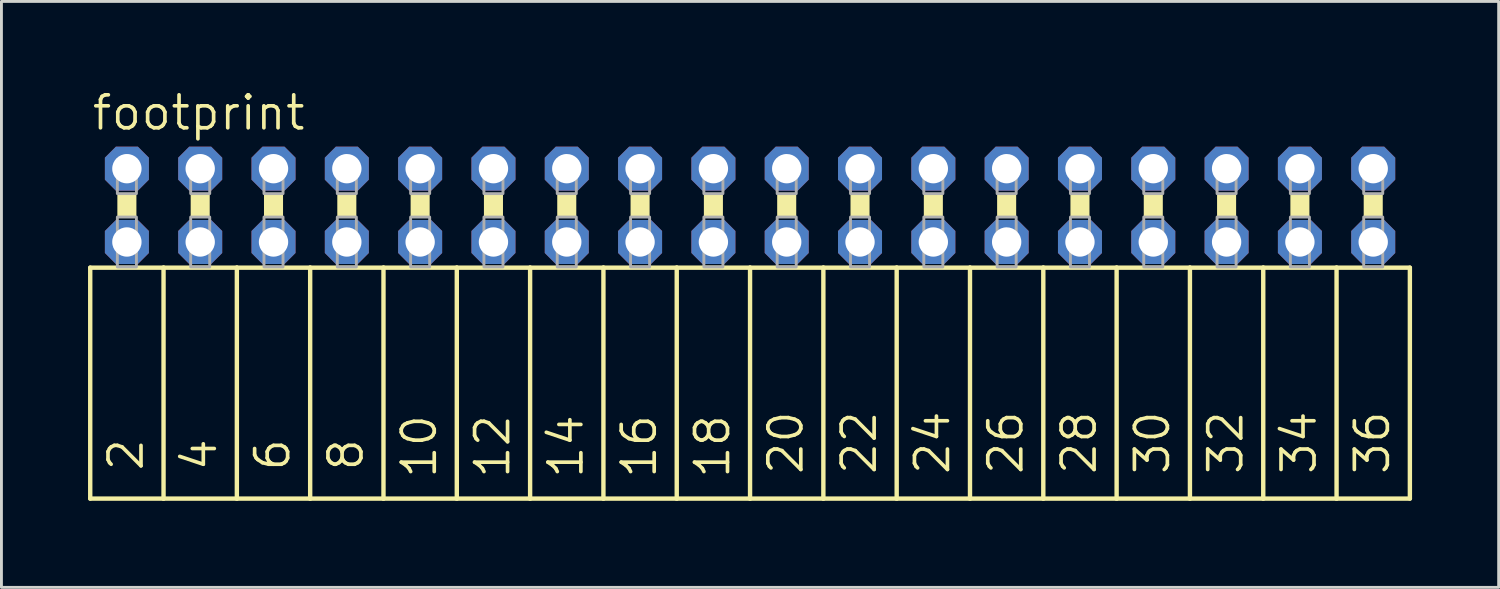
<source format=kicad_pcb>
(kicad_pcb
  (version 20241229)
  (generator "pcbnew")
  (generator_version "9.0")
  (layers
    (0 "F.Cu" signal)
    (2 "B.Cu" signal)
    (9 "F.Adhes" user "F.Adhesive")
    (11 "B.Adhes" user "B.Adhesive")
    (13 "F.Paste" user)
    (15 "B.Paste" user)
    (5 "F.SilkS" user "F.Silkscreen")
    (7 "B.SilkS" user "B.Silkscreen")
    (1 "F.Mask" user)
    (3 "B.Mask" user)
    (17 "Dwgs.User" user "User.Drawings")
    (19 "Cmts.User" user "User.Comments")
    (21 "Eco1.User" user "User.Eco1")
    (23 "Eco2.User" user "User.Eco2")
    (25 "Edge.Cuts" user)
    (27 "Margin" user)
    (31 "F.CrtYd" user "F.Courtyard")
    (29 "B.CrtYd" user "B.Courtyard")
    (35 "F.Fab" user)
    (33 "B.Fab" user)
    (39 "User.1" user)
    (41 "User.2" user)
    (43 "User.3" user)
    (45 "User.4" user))
  (footprint "footprint"
    (layer "F.Cu")
    (at 22.936 4.064)
    (property "Reference" "footprint" (at -22.86 -2.54 0) (layer "F.SilkS") (effects (font (size 1.143 1.143) (thickness 0.127)) (justify left bottom)))
    (fp_line (start -22.86 2.159) (end -22.86 10.16) (stroke (width 0.152) (type solid)) (layer "F.SilkS"))
    (fp_line (start -22.86 2.159) (end -20.32 2.159) (stroke (width 0.152) (type solid)) (layer "F.SilkS"))
    (fp_line (start -20.32 2.159) (end -20.32 10.16) (stroke (width 0.152) (type solid)) (layer "F.SilkS"))
    (fp_line (start -20.32 2.159) (end -17.78 2.159) (stroke (width 0.152) (type solid)) (layer "F.SilkS"))
    (fp_line (start -20.32 10.16) (end -22.86 10.16) (stroke (width 0.152) (type solid)) (layer "F.SilkS"))
    (fp_line (start -17.78 2.159) (end -17.78 10.16) (stroke (width 0.152) (type solid)) (layer "F.SilkS"))
    (fp_line (start -17.78 2.159) (end -15.24 2.159) (stroke (width 0.152) (type solid)) (layer "F.SilkS"))
    (fp_line (start -17.78 10.16) (end -20.32 10.16) (stroke (width 0.152) (type solid)) (layer "F.SilkS"))
    (fp_line (start -15.24 2.159) (end -15.24 10.16) (stroke (width 0.152) (type solid)) (layer "F.SilkS"))
    (fp_line (start -15.24 10.16) (end -17.78 10.16) (stroke (width 0.152) (type solid)) (layer "F.SilkS"))
    (fp_line (start -12.7 2.159) (end -15.24 2.159) (stroke (width 0.152) (type solid)) (layer "F.SilkS"))
    (fp_line (start -12.7 2.159) (end -12.7 10.16) (stroke (width 0.152) (type solid)) (layer "F.SilkS"))
    (fp_line (start -12.7 2.159) (end -10.16 2.159) (stroke (width 0.152) (type solid)) (layer "F.SilkS"))
    (fp_line (start -12.7 10.16) (end -15.24 10.16) (stroke (width 0.152) (type solid)) (layer "F.SilkS"))
    (fp_line (start -10.16 2.159) (end -10.16 10.16) (stroke (width 0.152) (type solid)) (layer "F.SilkS"))
    (fp_line (start -10.16 2.159) (end -7.62 2.159) (stroke (width 0.152) (type solid)) (layer "F.SilkS"))
    (fp_line (start -10.16 10.16) (end -12.7 10.16) (stroke (width 0.152) (type solid)) (layer "F.SilkS"))
    (fp_line (start -7.62 2.159) (end -7.62 10.16) (stroke (width 0.152) (type solid)) (layer "F.SilkS"))
    (fp_line (start -7.62 2.159) (end -5.08 2.159) (stroke (width 0.152) (type solid)) (layer "F.SilkS"))
    (fp_line (start -7.62 10.16) (end -10.16 10.16) (stroke (width 0.152) (type solid)) (layer "F.SilkS"))
    (fp_line (start -5.08 2.159) (end -5.08 10.16) (stroke (width 0.152) (type solid)) (layer "F.SilkS"))
    (fp_line (start -5.08 2.159) (end -2.54 2.159) (stroke (width 0.152) (type solid)) (layer "F.SilkS"))
    (fp_line (start -5.08 10.16) (end -7.62 10.16) (stroke (width 0.152) (type solid)) (layer "F.SilkS"))
    (fp_line (start -2.54 2.159) (end -2.54 10.16) (stroke (width 0.152) (type solid)) (layer "F.SilkS"))
    (fp_line (start -2.54 10.16) (end -5.08 10.16) (stroke (width 0.152) (type solid)) (layer "F.SilkS"))
    (fp_line (start 0 2.159) (end -2.54 2.159) (stroke (width 0.152) (type solid)) (layer "F.SilkS"))
    (fp_line (start 0 2.159) (end 0 10.16) (stroke (width 0.152) (type solid)) (layer "F.SilkS"))
    (fp_line (start 0 2.159) (end 2.54 2.159) (stroke (width 0.152) (type solid)) (layer "F.SilkS"))
    (fp_line (start 0 10.16) (end -2.54 10.16) (stroke (width 0.152) (type solid)) (layer "F.SilkS"))
    (fp_line (start 2.54 2.159) (end 2.54 10.16) (stroke (width 0.152) (type solid)) (layer "F.SilkS"))
    (fp_line (start 2.54 2.159) (end 5.08 2.159) (stroke (width 0.152) (type solid)) (layer "F.SilkS"))
    (fp_line (start 2.54 10.16) (end 0 10.16) (stroke (width 0.152) (type solid)) (layer "F.SilkS"))
    (fp_line (start 5.08 2.159) (end 5.08 10.16) (stroke (width 0.152) (type solid)) (layer "F.SilkS"))
    (fp_line (start 5.08 2.159) (end 7.62 2.159) (stroke (width 0.152) (type solid)) (layer "F.SilkS"))
    (fp_line (start 5.08 10.16) (end 2.54 10.16) (stroke (width 0.152) (type solid)) (layer "F.SilkS"))
    (fp_line (start 7.62 2.159) (end 7.62 10.16) (stroke (width 0.152) (type solid)) (layer "F.SilkS"))
    (fp_line (start 7.62 2.159) (end 10.16 2.159) (stroke (width 0.152) (type solid)) (layer "F.SilkS"))
    (fp_line (start 7.62 10.16) (end 5.08 10.16) (stroke (width 0.152) (type solid)) (layer "F.SilkS"))
    (fp_line (start 10.16 2.159) (end 10.16 10.16) (stroke (width 0.152) (type solid)) (layer "F.SilkS"))
    (fp_line (start 10.16 10.16) (end 7.62 10.16) (stroke (width 0.152) (type solid)) (layer "F.SilkS"))
    (fp_line (start 12.7 2.159) (end 10.16 2.159) (stroke (width 0.152) (type solid)) (layer "F.SilkS"))
    (fp_line (start 12.7 2.159) (end 12.7 10.16) (stroke (width 0.152) (type solid)) (layer "F.SilkS"))
    (fp_line (start 12.7 2.159) (end 15.24 2.159) (stroke (width 0.152) (type solid)) (layer "F.SilkS"))
    (fp_line (start 12.7 10.16) (end 10.16 10.16) (stroke (width 0.152) (type solid)) (layer "F.SilkS"))
    (fp_line (start 15.24 2.159) (end 15.24 10.16) (stroke (width 0.152) (type solid)) (layer "F.SilkS"))
    (fp_line (start 15.24 2.159) (end 17.78 2.159) (stroke (width 0.152) (type solid)) (layer "F.SilkS"))
    (fp_line (start 15.24 10.16) (end 12.7 10.16) (stroke (width 0.152) (type solid)) (layer "F.SilkS"))
    (fp_line (start 17.78 2.159) (end 17.78 10.16) (stroke (width 0.152) (type solid)) (layer "F.SilkS"))
    (fp_line (start 17.78 2.159) (end 20.32 2.159) (stroke (width 0.152) (type solid)) (layer "F.SilkS"))
    (fp_line (start 17.78 10.16) (end 15.24 10.16) (stroke (width 0.152) (type solid)) (layer "F.SilkS"))
    (fp_line (start 20.32 2.159) (end 20.32 10.16) (stroke (width 0.152) (type solid)) (layer "F.SilkS"))
    (fp_line (start 20.32 2.159) (end 22.86 2.159) (stroke (width 0.152) (type solid)) (layer "F.SilkS"))
    (fp_line (start 20.32 10.16) (end 17.78 10.16) (stroke (width 0.152) (type solid)) (layer "F.SilkS"))
    (fp_line (start 22.86 2.159) (end 22.86 10.16) (stroke (width 0.152) (type solid)) (layer "F.SilkS"))
    (fp_line (start 22.86 10.16) (end 20.32 10.16) (stroke (width 0.152) (type solid)) (layer "F.SilkS"))
    (fp_poly (pts (xy -21.92 0.406) (xy -21.26 0.406) (xy -21.26 -0.406) (xy -21.92 -0.406)) (stroke (width 0) (type solid)) (fill yes) (layer "F.SilkS"))
    (fp_poly (pts (xy -19.38 0.406) (xy -18.72 0.406) (xy -18.72 -0.406) (xy -19.38 -0.406)) (stroke (width 0) (type solid)) (fill yes) (layer "F.SilkS"))
    (fp_poly (pts (xy -16.84 0.406) (xy -16.18 0.406) (xy -16.18 -0.406) (xy -16.84 -0.406)) (stroke (width 0) (type solid)) (fill yes) (layer "F.SilkS"))
    (fp_poly (pts (xy -14.3 0.406) (xy -13.64 0.406) (xy -13.64 -0.406) (xy -14.3 -0.406)) (stroke (width 0) (type solid)) (fill yes) (layer "F.SilkS"))
    (fp_poly (pts (xy -11.76 0.406) (xy -11.1 0.406) (xy -11.1 -0.406) (xy -11.76 -0.406)) (stroke (width 0) (type solid)) (fill yes) (layer "F.SilkS"))
    (fp_poly (pts (xy -9.22 0.406) (xy -8.56 0.406) (xy -8.56 -0.406) (xy -9.22 -0.406)) (stroke (width 0) (type solid)) (fill yes) (layer "F.SilkS"))
    (fp_poly (pts (xy -6.68 0.406) (xy -6.02 0.406) (xy -6.02 -0.406) (xy -6.68 -0.406)) (stroke (width 0) (type solid)) (fill yes) (layer "F.SilkS"))
    (fp_poly (pts (xy -4.14 0.406) (xy -3.48 0.406) (xy -3.48 -0.406) (xy -4.14 -0.406)) (stroke (width 0) (type solid)) (fill yes) (layer "F.SilkS"))
    (fp_poly (pts (xy -1.6 0.406) (xy -0.94 0.406) (xy -0.94 -0.406) (xy -1.6 -0.406)) (stroke (width 0) (type solid)) (fill yes) (layer "F.SilkS"))
    (fp_poly (pts (xy 0.94 0.406) (xy 1.6 0.406) (xy 1.6 -0.406) (xy 0.94 -0.406)) (stroke (width 0) (type solid)) (fill yes) (layer "F.SilkS"))
    (fp_poly (pts (xy 3.48 0.406) (xy 4.14 0.406) (xy 4.14 -0.406) (xy 3.48 -0.406)) (stroke (width 0) (type solid)) (fill yes) (layer "F.SilkS"))
    (fp_poly (pts (xy 6.02 0.406) (xy 6.68 0.406) (xy 6.68 -0.406) (xy 6.02 -0.406)) (stroke (width 0) (type solid)) (fill yes) (layer "F.SilkS"))
    (fp_poly (pts (xy 8.56 0.406) (xy 9.22 0.406) (xy 9.22 -0.406) (xy 8.56 -0.406)) (stroke (width 0) (type solid)) (fill yes) (layer "F.SilkS"))
    (fp_poly (pts (xy 11.1 0.406) (xy 11.76 0.406) (xy 11.76 -0.406) (xy 11.1 -0.406)) (stroke (width 0) (type solid)) (fill yes) (layer "F.SilkS"))
    (fp_poly (pts (xy 13.64 0.406) (xy 14.3 0.406) (xy 14.3 -0.406) (xy 13.64 -0.406)) (stroke (width 0) (type solid)) (fill yes) (layer "F.SilkS"))
    (fp_poly (pts (xy 16.18 0.406) (xy 16.84 0.406) (xy 16.84 -0.406) (xy 16.18 -0.406)) (stroke (width 0) (type solid)) (fill yes) (layer "F.SilkS"))
    (fp_poly (pts (xy 18.72 0.406) (xy 19.38 0.406) (xy 19.38 -0.406) (xy 18.72 -0.406)) (stroke (width 0) (type solid)) (fill yes) (layer "F.SilkS"))
    (fp_poly (pts (xy 21.26 0.406) (xy 21.92 0.406) (xy 21.92 -0.406) (xy 21.26 -0.406)) (stroke (width 0) (type solid)) (fill yes) (layer "F.SilkS"))
    (fp_poly (pts (xy -21.92 -0.406) (xy -21.26 -0.406) (xy -21.26 -1.575) (xy -21.92 -1.575)) (stroke (width 0.1) (type solid)) (fill no) (layer "F.Fab"))
    (fp_poly (pts (xy -21.92 2.134) (xy -21.26 2.134) (xy -21.26 0.406) (xy -21.92 0.406)) (stroke (width 0.1) (type solid)) (fill no) (layer "F.Fab"))
    (fp_poly (pts (xy -19.38 -0.406) (xy -18.72 -0.406) (xy -18.72 -1.575) (xy -19.38 -1.575)) (stroke (width 0.1) (type solid)) (fill no) (layer "F.Fab"))
    (fp_poly (pts (xy -19.38 2.134) (xy -18.72 2.134) (xy -18.72 0.406) (xy -19.38 0.406)) (stroke (width 0.1) (type solid)) (fill no) (layer "F.Fab"))
    (fp_poly (pts (xy -16.84 -0.406) (xy -16.18 -0.406) (xy -16.18 -1.575) (xy -16.84 -1.575)) (stroke (width 0.1) (type solid)) (fill no) (layer "F.Fab"))
    (fp_poly (pts (xy -16.84 2.134) (xy -16.18 2.134) (xy -16.18 0.406) (xy -16.84 0.406)) (stroke (width 0.1) (type solid)) (fill no) (layer "F.Fab"))
    (fp_poly (pts (xy -14.3 -0.406) (xy -13.64 -0.406) (xy -13.64 -1.575) (xy -14.3 -1.575)) (stroke (width 0.1) (type solid)) (fill no) (layer "F.Fab"))
    (fp_poly (pts (xy -14.3 2.134) (xy -13.64 2.134) (xy -13.64 0.406) (xy -14.3 0.406)) (stroke (width 0.1) (type solid)) (fill no) (layer "F.Fab"))
    (fp_poly (pts (xy -11.76 -0.406) (xy -11.1 -0.406) (xy -11.1 -1.575) (xy -11.76 -1.575)) (stroke (width 0.1) (type solid)) (fill no) (layer "F.Fab"))
    (fp_poly (pts (xy -11.76 2.134) (xy -11.1 2.134) (xy -11.1 0.406) (xy -11.76 0.406)) (stroke (width 0.1) (type solid)) (fill no) (layer "F.Fab"))
    (fp_poly (pts (xy -9.22 -0.406) (xy -8.56 -0.406) (xy -8.56 -1.575) (xy -9.22 -1.575)) (stroke (width 0.1) (type solid)) (fill no) (layer "F.Fab"))
    (fp_poly (pts (xy -9.22 2.134) (xy -8.56 2.134) (xy -8.56 0.406) (xy -9.22 0.406)) (stroke (width 0.1) (type solid)) (fill no) (layer "F.Fab"))
    (fp_poly (pts (xy -6.68 -0.406) (xy -6.02 -0.406) (xy -6.02 -1.575) (xy -6.68 -1.575)) (stroke (width 0.1) (type solid)) (fill no) (layer "F.Fab"))
    (fp_poly (pts (xy -6.68 2.134) (xy -6.02 2.134) (xy -6.02 0.406) (xy -6.68 0.406)) (stroke (width 0.1) (type solid)) (fill no) (layer "F.Fab"))
    (fp_poly (pts (xy -4.14 -0.406) (xy -3.48 -0.406) (xy -3.48 -1.575) (xy -4.14 -1.575)) (stroke (width 0.1) (type solid)) (fill no) (layer "F.Fab"))
    (fp_poly (pts (xy -4.14 2.134) (xy -3.48 2.134) (xy -3.48 0.406) (xy -4.14 0.406)) (stroke (width 0.1) (type solid)) (fill no) (layer "F.Fab"))
    (fp_poly (pts (xy -1.6 -0.406) (xy -0.94 -0.406) (xy -0.94 -1.575) (xy -1.6 -1.575)) (stroke (width 0.1) (type solid)) (fill no) (layer "F.Fab"))
    (fp_poly (pts (xy -1.6 2.134) (xy -0.94 2.134) (xy -0.94 0.406) (xy -1.6 0.406)) (stroke (width 0.1) (type solid)) (fill no) (layer "F.Fab"))
    (fp_poly (pts (xy 0.94 -0.406) (xy 1.6 -0.406) (xy 1.6 -1.575) (xy 0.94 -1.575)) (stroke (width 0.1) (type solid)) (fill no) (layer "F.Fab"))
    (fp_poly (pts (xy 0.94 2.134) (xy 1.6 2.134) (xy 1.6 0.406) (xy 0.94 0.406)) (stroke (width 0.1) (type solid)) (fill no) (layer "F.Fab"))
    (fp_poly (pts (xy 3.48 -0.406) (xy 4.14 -0.406) (xy 4.14 -1.575) (xy 3.48 -1.575)) (stroke (width 0.1) (type solid)) (fill no) (layer "F.Fab"))
    (fp_poly (pts (xy 3.48 2.134) (xy 4.14 2.134) (xy 4.14 0.406) (xy 3.48 0.406)) (stroke (width 0.1) (type solid)) (fill no) (layer "F.Fab"))
    (fp_poly (pts (xy 6.02 -0.406) (xy 6.68 -0.406) (xy 6.68 -1.575) (xy 6.02 -1.575)) (stroke (width 0.1) (type solid)) (fill no) (layer "F.Fab"))
    (fp_poly (pts (xy 6.02 2.134) (xy 6.68 2.134) (xy 6.68 0.406) (xy 6.02 0.406)) (stroke (width 0.1) (type solid)) (fill no) (layer "F.Fab"))
    (fp_poly (pts (xy 8.56 -0.406) (xy 9.22 -0.406) (xy 9.22 -1.575) (xy 8.56 -1.575)) (stroke (width 0.1) (type solid)) (fill no) (layer "F.Fab"))
    (fp_poly (pts (xy 8.56 2.134) (xy 9.22 2.134) (xy 9.22 0.406) (xy 8.56 0.406)) (stroke (width 0.1) (type solid)) (fill no) (layer "F.Fab"))
    (fp_poly (pts (xy 11.1 -0.406) (xy 11.76 -0.406) (xy 11.76 -1.575) (xy 11.1 -1.575)) (stroke (width 0.1) (type solid)) (fill no) (layer "F.Fab"))
    (fp_poly (pts (xy 11.1 2.134) (xy 11.76 2.134) (xy 11.76 0.406) (xy 11.1 0.406)) (stroke (width 0.1) (type solid)) (fill no) (layer "F.Fab"))
    (fp_poly (pts (xy 13.64 -0.406) (xy 14.3 -0.406) (xy 14.3 -1.575) (xy 13.64 -1.575)) (stroke (width 0.1) (type solid)) (fill no) (layer "F.Fab"))
    (fp_poly (pts (xy 13.64 2.134) (xy 14.3 2.134) (xy 14.3 0.406) (xy 13.64 0.406)) (stroke (width 0.1) (type solid)) (fill no) (layer "F.Fab"))
    (fp_poly (pts (xy 16.18 -0.406) (xy 16.84 -0.406) (xy 16.84 -1.575) (xy 16.18 -1.575)) (stroke (width 0.1) (type solid)) (fill no) (layer "F.Fab"))
    (fp_poly (pts (xy 16.18 2.134) (xy 16.84 2.134) (xy 16.84 0.406) (xy 16.18 0.406)) (stroke (width 0.1) (type solid)) (fill no) (layer "F.Fab"))
    (fp_poly (pts (xy 18.72 -0.406) (xy 19.38 -0.406) (xy 19.38 -1.575) (xy 18.72 -1.575)) (stroke (width 0.1) (type solid)) (fill no) (layer "F.Fab"))
    (fp_poly (pts (xy 18.72 2.134) (xy 19.38 2.134) (xy 19.38 0.406) (xy 18.72 0.406)) (stroke (width 0.1) (type solid)) (fill no) (layer "F.Fab"))
    (fp_poly (pts (xy 21.26 -0.406) (xy 21.92 -0.406) (xy 21.92 -1.575) (xy 21.26 -1.575)) (stroke (width 0.1) (type solid)) (fill no) (layer "F.Fab"))
    (fp_poly (pts (xy 21.26 2.134) (xy 21.92 2.134) (xy 21.92 0.406) (xy 21.26 0.406)) (stroke (width 0.1) (type solid)) (fill no) (layer "F.Fab"))
    (fp_text user "32" (at 17.145 9.398 90) (layer "F.SilkS") (effects (font (size 1.143 1.143) (thickness 0.127)) (justify left bottom)))
    (fp_text user "22" (at 4.445 9.398 90) (layer "F.SilkS") (effects (font (size 1.143 1.143) (thickness 0.127)) (justify left bottom)))
    (fp_text user "4" (at -18.415 9.271 90) (layer "F.SilkS") (effects (font (size 1.143 1.143) (thickness 0.127)) (justify left bottom)))
    (fp_text user "28" (at 12.065 9.398 90) (layer "F.SilkS") (effects (font (size 1.143 1.143) (thickness 0.127)) (justify left bottom)))
    (fp_text user "12" (at -8.255 9.525 90) (layer "F.SilkS") (effects (font (size 1.143 1.143) (thickness 0.127)) (justify left bottom)))
    (fp_text user "20" (at 1.905 9.398 90) (layer "F.SilkS") (effects (font (size 1.143 1.143) (thickness 0.127)) (justify left bottom)))
    (fp_text user "24" (at 6.985 9.398 90) (layer "F.SilkS") (effects (font (size 1.143 1.143) (thickness 0.127)) (justify left bottom)))
    (fp_text user "18" (at -0.635 9.525 90) (layer "F.SilkS") (effects (font (size 1.143 1.143) (thickness 0.127)) (justify left bottom)))
    (fp_text user "14" (at -5.715 9.525 90) (layer "F.SilkS") (effects (font (size 1.143 1.143) (thickness 0.127)) (justify left bottom)))
    (fp_text user "6" (at -15.875 9.271 90) (layer "F.SilkS") (effects (font (size 1.143 1.143) (thickness 0.127)) (justify left bottom)))
    (fp_text user "16" (at -3.175 9.525 90) (layer "F.SilkS") (effects (font (size 1.143 1.143) (thickness 0.127)) (justify left bottom)))
    (fp_text user "30" (at 14.605 9.398 90) (layer "F.SilkS") (effects (font (size 1.143 1.143) (thickness 0.127)) (justify left bottom)))
    (fp_text user "8" (at -13.335 9.271 90) (layer "F.SilkS") (effects (font (size 1.143 1.143) (thickness 0.127)) (justify left bottom)))
    (fp_text user "26" (at 9.525 9.398 90) (layer "F.SilkS") (effects (font (size 1.143 1.143) (thickness 0.127)) (justify left bottom)))
    (fp_text user "36" (at 22.225 9.398 90) (layer "F.SilkS") (effects (font (size 1.143 1.143) (thickness 0.127)) (justify left bottom)))
    (fp_text user "10" (at -10.795 9.525 90) (layer "F.SilkS") (effects (font (size 1.143 1.143) (thickness 0.127)) (justify left bottom)))
    (fp_text user "2" (at -20.955 9.271 90) (layer "F.SilkS") (effects (font (size 1.143 1.143) (thickness 0.127)) (justify left bottom)))
    (fp_text user "34" (at 19.685 9.398 90) (layer "F.SilkS") (effects (font (size 1.143 1.143) (thickness 0.127)) (justify left bottom)))
    (pad "1" thru_hole roundrect (at -21.59 -1.27) (size 1.524 1.524) (drill 1.016) (layers "*.Cu" "*.Mask") (roundrect_rratio 0.25) (chamfer_ratio 0.25) (chamfer top_left top_right bottom_left bottom_right))
    (pad "2" thru_hole roundrect (at -21.59 1.27) (size 1.524 1.524) (drill 1.016) (layers "*.Cu" "*.Mask") (roundrect_rratio 0.25) (chamfer_ratio 0.25) (chamfer top_left top_right bottom_left bottom_right))
    (pad "3" thru_hole roundrect (at -19.05 -1.27) (size 1.524 1.524) (drill 1.016) (layers "*.Cu" "*.Mask") (roundrect_rratio 0.25) (chamfer_ratio 0.25) (chamfer top_left top_right bottom_left bottom_right))
    (pad "4" thru_hole roundrect (at -19.05 1.27) (size 1.524 1.524) (drill 1.016) (layers "*.Cu" "*.Mask") (roundrect_rratio 0.25) (chamfer_ratio 0.25) (chamfer top_left top_right bottom_left bottom_right))
    (pad "5" thru_hole roundrect (at -16.51 -1.27) (size 1.524 1.524) (drill 1.016) (layers "*.Cu" "*.Mask") (roundrect_rratio 0.25) (chamfer_ratio 0.25) (chamfer top_left top_right bottom_left bottom_right))
    (pad "6" thru_hole roundrect (at -16.51 1.27) (size 1.524 1.524) (drill 1.016) (layers "*.Cu" "*.Mask") (roundrect_rratio 0.25) (chamfer_ratio 0.25) (chamfer top_left top_right bottom_left bottom_right))
    (pad "7" thru_hole roundrect (at -13.97 -1.27) (size 1.524 1.524) (drill 1.016) (layers "*.Cu" "*.Mask") (roundrect_rratio 0.25) (chamfer_ratio 0.25) (chamfer top_left top_right bottom_left bottom_right))
    (pad "8" thru_hole roundrect (at -13.97 1.27) (size 1.524 1.524) (drill 1.016) (layers "*.Cu" "*.Mask") (roundrect_rratio 0.25) (chamfer_ratio 0.25) (chamfer top_left top_right bottom_left bottom_right))
    (pad "9" thru_hole roundrect (at -11.43 -1.27) (size 1.524 1.524) (drill 1.016) (layers "*.Cu" "*.Mask") (roundrect_rratio 0.25) (chamfer_ratio 0.25) (chamfer top_left top_right bottom_left bottom_right))
    (pad "10" thru_hole roundrect (at -11.43 1.27) (size 1.524 1.524) (drill 1.016) (layers "*.Cu" "*.Mask") (roundrect_rratio 0.25) (chamfer_ratio 0.25) (chamfer top_left top_right bottom_left bottom_right))
    (pad "11" thru_hole roundrect (at -8.89 -1.27) (size 1.524 1.524) (drill 1.016) (layers "*.Cu" "*.Mask") (roundrect_rratio 0.25) (chamfer_ratio 0.25) (chamfer top_left top_right bottom_left bottom_right))
    (pad "12" thru_hole roundrect (at -8.89 1.27) (size 1.524 1.524) (drill 1.016) (layers "*.Cu" "*.Mask") (roundrect_rratio 0.25) (chamfer_ratio 0.25) (chamfer top_left top_right bottom_left bottom_right))
    (pad "13" thru_hole roundrect (at -6.35 -1.27) (size 1.524 1.524) (drill 1.016) (layers "*.Cu" "*.Mask") (roundrect_rratio 0.25) (chamfer_ratio 0.25) (chamfer top_left top_right bottom_left bottom_right))
    (pad "14" thru_hole roundrect (at -6.35 1.27) (size 1.524 1.524) (drill 1.016) (layers "*.Cu" "*.Mask") (roundrect_rratio 0.25) (chamfer_ratio 0.25) (chamfer top_left top_right bottom_left bottom_right))
    (pad "15" thru_hole roundrect (at -3.81 -1.27) (size 1.524 1.524) (drill 1.016) (layers "*.Cu" "*.Mask") (roundrect_rratio 0.25) (chamfer_ratio 0.25) (chamfer top_left top_right bottom_left bottom_right))
    (pad "16" thru_hole roundrect (at -3.81 1.27) (size 1.524 1.524) (drill 1.016) (layers "*.Cu" "*.Mask") (roundrect_rratio 0.25) (chamfer_ratio 0.25) (chamfer top_left top_right bottom_left bottom_right))
    (pad "17" thru_hole roundrect (at -1.27 -1.27) (size 1.524 1.524) (drill 1.016) (layers "*.Cu" "*.Mask") (roundrect_rratio 0.25) (chamfer_ratio 0.25) (chamfer top_left top_right bottom_left bottom_right))
    (pad "18" thru_hole roundrect (at -1.27 1.27) (size 1.524 1.524) (drill 1.016) (layers "*.Cu" "*.Mask") (roundrect_rratio 0.25) (chamfer_ratio 0.25) (chamfer top_left top_right bottom_left bottom_right))
    (pad "19" thru_hole roundrect (at 1.27 -1.27) (size 1.524 1.524) (drill 1.016) (layers "*.Cu" "*.Mask") (roundrect_rratio 0.25) (chamfer_ratio 0.25) (chamfer top_left top_right bottom_left bottom_right))
    (pad "20" thru_hole roundrect (at 1.27 1.27) (size 1.524 1.524) (drill 1.016) (layers "*.Cu" "*.Mask") (roundrect_rratio 0.25) (chamfer_ratio 0.25) (chamfer top_left top_right bottom_left bottom_right))
    (pad "21" thru_hole roundrect (at 3.81 -1.27) (size 1.524 1.524) (drill 1.016) (layers "*.Cu" "*.Mask") (roundrect_rratio 0.25) (chamfer_ratio 0.25) (chamfer top_left top_right bottom_left bottom_right))
    (pad "22" thru_hole roundrect (at 3.81 1.27) (size 1.524 1.524) (drill 1.016) (layers "*.Cu" "*.Mask") (roundrect_rratio 0.25) (chamfer_ratio 0.25) (chamfer top_left top_right bottom_left bottom_right))
    (pad "23" thru_hole roundrect (at 6.35 -1.27) (size 1.524 1.524) (drill 1.016) (layers "*.Cu" "*.Mask") (roundrect_rratio 0.25) (chamfer_ratio 0.25) (chamfer top_left top_right bottom_left bottom_right))
    (pad "24" thru_hole roundrect (at 6.35 1.27) (size 1.524 1.524) (drill 1.016) (layers "*.Cu" "*.Mask") (roundrect_rratio 0.25) (chamfer_ratio 0.25) (chamfer top_left top_right bottom_left bottom_right))
    (pad "25" thru_hole roundrect (at 8.89 -1.27) (size 1.524 1.524) (drill 1.016) (layers "*.Cu" "*.Mask") (roundrect_rratio 0.25) (chamfer_ratio 0.25) (chamfer top_left top_right bottom_left bottom_right))
    (pad "26" thru_hole roundrect (at 8.89 1.27) (size 1.524 1.524) (drill 1.016) (layers "*.Cu" "*.Mask") (roundrect_rratio 0.25) (chamfer_ratio 0.25) (chamfer top_left top_right bottom_left bottom_right))
    (pad "27" thru_hole roundrect (at 11.43 -1.27) (size 1.524 1.524) (drill 1.016) (layers "*.Cu" "*.Mask") (roundrect_rratio 0.25) (chamfer_ratio 0.25) (chamfer top_left top_right bottom_left bottom_right))
    (pad "28" thru_hole roundrect (at 11.43 1.27) (size 1.524 1.524) (drill 1.016) (layers "*.Cu" "*.Mask") (roundrect_rratio 0.25) (chamfer_ratio 0.25) (chamfer top_left top_right bottom_left bottom_right))
    (pad "29" thru_hole roundrect (at 13.97 -1.27) (size 1.524 1.524) (drill 1.016) (layers "*.Cu" "*.Mask") (roundrect_rratio 0.25) (chamfer_ratio 0.25) (chamfer top_left top_right bottom_left bottom_right))
    (pad "30" thru_hole roundrect (at 13.97 1.27) (size 1.524 1.524) (drill 1.016) (layers "*.Cu" "*.Mask") (roundrect_rratio 0.25) (chamfer_ratio 0.25) (chamfer top_left top_right bottom_left bottom_right))
    (pad "31" thru_hole roundrect (at 16.51 -1.27) (size 1.524 1.524) (drill 1.016) (layers "*.Cu" "*.Mask") (roundrect_rratio 0.25) (chamfer_ratio 0.25) (chamfer top_left top_right bottom_left bottom_right))
    (pad "32" thru_hole roundrect (at 16.51 1.27) (size 1.524 1.524) (drill 1.016) (layers "*.Cu" "*.Mask") (roundrect_rratio 0.25) (chamfer_ratio 0.25) (chamfer top_left top_right bottom_left bottom_right))
    (pad "33" thru_hole roundrect (at 19.05 -1.27) (size 1.524 1.524) (drill 1.016) (layers "*.Cu" "*.Mask") (roundrect_rratio 0.25) (chamfer_ratio 0.25) (chamfer top_left top_right bottom_left bottom_right))
    (pad "34" thru_hole roundrect (at 19.05 1.27) (size 1.524 1.524) (drill 1.016) (layers "*.Cu" "*.Mask") (roundrect_rratio 0.25) (chamfer_ratio 0.25) (chamfer top_left top_right bottom_left bottom_right))
    (pad "35" thru_hole roundrect (at 21.59 -1.27 180) (size 1.524 1.524) (drill 1.016) (layers "*.Cu" "*.Mask") (roundrect_rratio 0.25) (chamfer_ratio 0.25) (chamfer top_left top_right bottom_left bottom_right))
    (pad "36" thru_hole roundrect (at 21.59 1.27 180) (size 1.524 1.524) (drill 1.016) (layers "*.Cu" "*.Mask") (roundrect_rratio 0.25) (chamfer_ratio 0.25) (chamfer top_left top_right bottom_left bottom_right)))
  (gr_rect
    (start -3 -3)
    (end 48.872 17.3)
    (stroke (width 0.1) (type default))
    (fill no)
    (layer "Edge.Cuts")))
</source>
